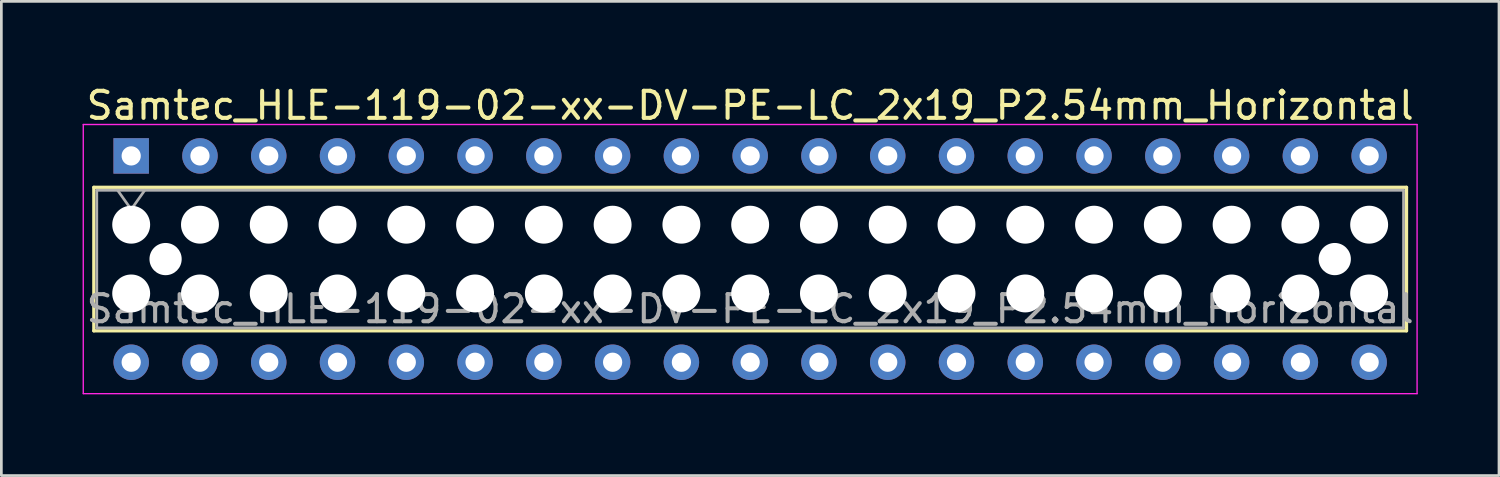
<source format=kicad_pcb>
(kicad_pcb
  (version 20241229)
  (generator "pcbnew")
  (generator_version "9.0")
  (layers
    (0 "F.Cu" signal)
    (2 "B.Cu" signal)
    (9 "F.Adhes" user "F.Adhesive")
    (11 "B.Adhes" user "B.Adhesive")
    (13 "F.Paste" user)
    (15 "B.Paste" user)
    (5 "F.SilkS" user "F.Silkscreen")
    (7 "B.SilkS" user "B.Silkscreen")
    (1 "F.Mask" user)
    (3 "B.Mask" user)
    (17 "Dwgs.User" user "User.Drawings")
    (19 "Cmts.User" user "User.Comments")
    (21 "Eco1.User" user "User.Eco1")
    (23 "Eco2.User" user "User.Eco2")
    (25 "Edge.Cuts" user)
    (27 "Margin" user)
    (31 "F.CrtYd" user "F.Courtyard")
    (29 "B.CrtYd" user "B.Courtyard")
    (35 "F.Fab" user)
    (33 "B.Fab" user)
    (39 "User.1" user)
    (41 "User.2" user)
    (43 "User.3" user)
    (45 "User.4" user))
  (footprint "Samtec_HLE-119-02-xx-DV-PE-LC_2x19_P2.54mm_Horizontal"
    (layer "F.Cu")
    (at 1.795 2.708)
    (property "Reference" "Samtec_HLE-119-02-xx-DV-PE-LC_2x19_P2.54mm_Horizontal" (at 22.86 -1.86 0) (layer "F.SilkS") (effects (font (size 1 1) (thickness 0.15))))
    (attr through_hole)
    (fp_line (start -1.38 1.16) (end 47.1 1.16) (stroke (width 0.12) (type solid)) (layer "F.SilkS"))
    (fp_line (start -1.38 6.46) (end -1.38 1.16) (stroke (width 0.12) (type solid)) (layer "F.SilkS"))
    (fp_line (start 47.1 1.16) (end 47.1 6.46) (stroke (width 0.12) (type solid)) (layer "F.SilkS"))
    (fp_line (start 47.1 6.46) (end -1.38 6.46) (stroke (width 0.12) (type solid)) (layer "F.SilkS"))
    (fp_line (start -1.77 -1.16) (end 47.49 -1.16) (stroke (width 0.05) (type solid)) (layer "F.CrtYd"))
    (fp_line (start -1.77 8.78) (end -1.77 -1.16) (stroke (width 0.05) (type solid)) (layer "F.CrtYd"))
    (fp_line (start 47.49 -1.16) (end 47.49 8.78) (stroke (width 0.05) (type solid)) (layer "F.CrtYd"))
    (fp_line (start 47.49 8.78) (end -1.77 8.78) (stroke (width 0.05) (type solid)) (layer "F.CrtYd"))
    (fp_line (start -1.27 1.27) (end 46.99 1.27) (stroke (width 0.1) (type solid)) (layer "F.Fab"))
    (fp_line (start -1.27 6.35) (end -1.27 1.27) (stroke (width 0.1) (type solid)) (layer "F.Fab"))
    (fp_line (start -0.5 1.27) (end 0 1.977) (stroke (width 0.1) (type solid)) (layer "F.Fab"))
    (fp_line (start 0 1.977) (end 0.5 1.27) (stroke (width 0.1) (type solid)) (layer "F.Fab"))
    (fp_line (start 46.99 1.27) (end 46.99 6.35) (stroke (width 0.1) (type solid)) (layer "F.Fab"))
    (fp_line (start 46.99 6.35) (end -1.27 6.35) (stroke (width 0.1) (type solid)) (layer "F.Fab"))
    (fp_text user "${REFERENCE}" (at 22.86 5.65 0) (layer "F.Fab") (effects (font (size 1 1) (thickness 0.15))))
    (pad "" np_thru_hole circle (at 0 2.54) (size 1.4 1.4) (drill 1.4) (layers "*.Cu" "*.Mask"))
    (pad "" np_thru_hole circle (at 0 5.08) (size 1.4 1.4) (drill 1.4) (layers "*.Cu" "*.Mask"))
    (pad "" np_thru_hole circle (at 1.27 3.81) (size 1.19 1.19) (drill 1.19) (layers "*.Cu" "*.Mask"))
    (pad "" np_thru_hole circle (at 2.54 2.54) (size 1.4 1.4) (drill 1.4) (layers "*.Cu" "*.Mask"))
    (pad "" np_thru_hole circle (at 2.54 5.08) (size 1.4 1.4) (drill 1.4) (layers "*.Cu" "*.Mask"))
    (pad "" np_thru_hole circle (at 5.08 2.54) (size 1.4 1.4) (drill 1.4) (layers "*.Cu" "*.Mask"))
    (pad "" np_thru_hole circle (at 5.08 5.08) (size 1.4 1.4) (drill 1.4) (layers "*.Cu" "*.Mask"))
    (pad "" np_thru_hole circle (at 7.62 2.54) (size 1.4 1.4) (drill 1.4) (layers "*.Cu" "*.Mask"))
    (pad "" np_thru_hole circle (at 7.62 5.08) (size 1.4 1.4) (drill 1.4) (layers "*.Cu" "*.Mask"))
    (pad "" np_thru_hole circle (at 10.16 2.54) (size 1.4 1.4) (drill 1.4) (layers "*.Cu" "*.Mask"))
    (pad "" np_thru_hole circle (at 10.16 5.08) (size 1.4 1.4) (drill 1.4) (layers "*.Cu" "*.Mask"))
    (pad "" np_thru_hole circle (at 12.7 2.54) (size 1.4 1.4) (drill 1.4) (layers "*.Cu" "*.Mask"))
    (pad "" np_thru_hole circle (at 12.7 5.08) (size 1.4 1.4) (drill 1.4) (layers "*.Cu" "*.Mask"))
    (pad "" np_thru_hole circle (at 15.24 2.54) (size 1.4 1.4) (drill 1.4) (layers "*.Cu" "*.Mask"))
    (pad "" np_thru_hole circle (at 15.24 5.08) (size 1.4 1.4) (drill 1.4) (layers "*.Cu" "*.Mask"))
    (pad "" np_thru_hole circle (at 17.78 2.54) (size 1.4 1.4) (drill 1.4) (layers "*.Cu" "*.Mask"))
    (pad "" np_thru_hole circle (at 17.78 5.08) (size 1.4 1.4) (drill 1.4) (layers "*.Cu" "*.Mask"))
    (pad "" np_thru_hole circle (at 20.32 2.54) (size 1.4 1.4) (drill 1.4) (layers "*.Cu" "*.Mask"))
    (pad "" np_thru_hole circle (at 20.32 5.08) (size 1.4 1.4) (drill 1.4) (layers "*.Cu" "*.Mask"))
    (pad "" np_thru_hole circle (at 22.86 2.54) (size 1.4 1.4) (drill 1.4) (layers "*.Cu" "*.Mask"))
    (pad "" np_thru_hole circle (at 22.86 5.08) (size 1.4 1.4) (drill 1.4) (layers "*.Cu" "*.Mask"))
    (pad "" np_thru_hole circle (at 25.4 2.54) (size 1.4 1.4) (drill 1.4) (layers "*.Cu" "*.Mask"))
    (pad "" np_thru_hole circle (at 25.4 5.08) (size 1.4 1.4) (drill 1.4) (layers "*.Cu" "*.Mask"))
    (pad "" np_thru_hole circle (at 27.94 2.54) (size 1.4 1.4) (drill 1.4) (layers "*.Cu" "*.Mask"))
    (pad "" np_thru_hole circle (at 27.94 5.08) (size 1.4 1.4) (drill 1.4) (layers "*.Cu" "*.Mask"))
    (pad "" np_thru_hole circle (at 30.48 2.54) (size 1.4 1.4) (drill 1.4) (layers "*.Cu" "*.Mask"))
    (pad "" np_thru_hole circle (at 30.48 5.08) (size 1.4 1.4) (drill 1.4) (layers "*.Cu" "*.Mask"))
    (pad "" np_thru_hole circle (at 33.02 2.54) (size 1.4 1.4) (drill 1.4) (layers "*.Cu" "*.Mask"))
    (pad "" np_thru_hole circle (at 33.02 5.08) (size 1.4 1.4) (drill 1.4) (layers "*.Cu" "*.Mask"))
    (pad "" np_thru_hole circle (at 35.56 2.54) (size 1.4 1.4) (drill 1.4) (layers "*.Cu" "*.Mask"))
    (pad "" np_thru_hole circle (at 35.56 5.08) (size 1.4 1.4) (drill 1.4) (layers "*.Cu" "*.Mask"))
    (pad "" np_thru_hole circle (at 38.1 2.54) (size 1.4 1.4) (drill 1.4) (layers "*.Cu" "*.Mask"))
    (pad "" np_thru_hole circle (at 38.1 5.08) (size 1.4 1.4) (drill 1.4) (layers "*.Cu" "*.Mask"))
    (pad "" np_thru_hole circle (at 40.64 2.54) (size 1.4 1.4) (drill 1.4) (layers "*.Cu" "*.Mask"))
    (pad "" np_thru_hole circle (at 40.64 5.08) (size 1.4 1.4) (drill 1.4) (layers "*.Cu" "*.Mask"))
    (pad "" np_thru_hole circle (at 43.18 2.54) (size 1.4 1.4) (drill 1.4) (layers "*.Cu" "*.Mask"))
    (pad "" np_thru_hole circle (at 43.18 5.08) (size 1.4 1.4) (drill 1.4) (layers "*.Cu" "*.Mask"))
    (pad "" np_thru_hole circle (at 44.45 3.81) (size 1.19 1.19) (drill 1.19) (layers "*.Cu" "*.Mask"))
    (pad "" np_thru_hole circle (at 45.72 2.54) (size 1.4 1.4) (drill 1.4) (layers "*.Cu" "*.Mask"))
    (pad "" np_thru_hole circle (at 45.72 5.08) (size 1.4 1.4) (drill 1.4) (layers "*.Cu" "*.Mask"))
    (pad "1" thru_hole rect (at 0 0) (size 1.31 1.31) (drill 0.71) (layers "*.Cu" "*.Mask"))
    (pad "2" thru_hole circle (at 0 7.62) (size 1.31 1.31) (drill 0.71) (layers "*.Cu" "*.Mask"))
    (pad "3" thru_hole circle (at 2.54 0) (size 1.31 1.31) (drill 0.71) (layers "*.Cu" "*.Mask"))
    (pad "4" thru_hole circle (at 2.54 7.62) (size 1.31 1.31) (drill 0.71) (layers "*.Cu" "*.Mask"))
    (pad "5" thru_hole circle (at 5.08 0) (size 1.31 1.31) (drill 0.71) (layers "*.Cu" "*.Mask"))
    (pad "6" thru_hole circle (at 5.08 7.62) (size 1.31 1.31) (drill 0.71) (layers "*.Cu" "*.Mask"))
    (pad "7" thru_hole circle (at 7.62 0) (size 1.31 1.31) (drill 0.71) (layers "*.Cu" "*.Mask"))
    (pad "8" thru_hole circle (at 7.62 7.62) (size 1.31 1.31) (drill 0.71) (layers "*.Cu" "*.Mask"))
    (pad "9" thru_hole circle (at 10.16 0) (size 1.31 1.31) (drill 0.71) (layers "*.Cu" "*.Mask"))
    (pad "10" thru_hole circle (at 10.16 7.62) (size 1.31 1.31) (drill 0.71) (layers "*.Cu" "*.Mask"))
    (pad "11" thru_hole circle (at 12.7 0) (size 1.31 1.31) (drill 0.71) (layers "*.Cu" "*.Mask"))
    (pad "12" thru_hole circle (at 12.7 7.62) (size 1.31 1.31) (drill 0.71) (layers "*.Cu" "*.Mask"))
    (pad "13" thru_hole circle (at 15.24 0) (size 1.31 1.31) (drill 0.71) (layers "*.Cu" "*.Mask"))
    (pad "14" thru_hole circle (at 15.24 7.62) (size 1.31 1.31) (drill 0.71) (layers "*.Cu" "*.Mask"))
    (pad "15" thru_hole circle (at 17.78 0) (size 1.31 1.31) (drill 0.71) (layers "*.Cu" "*.Mask"))
    (pad "16" thru_hole circle (at 17.78 7.62) (size 1.31 1.31) (drill 0.71) (layers "*.Cu" "*.Mask"))
    (pad "17" thru_hole circle (at 20.32 0) (size 1.31 1.31) (drill 0.71) (layers "*.Cu" "*.Mask"))
    (pad "18" thru_hole circle (at 20.32 7.62) (size 1.31 1.31) (drill 0.71) (layers "*.Cu" "*.Mask"))
    (pad "19" thru_hole circle (at 22.86 0) (size 1.31 1.31) (drill 0.71) (layers "*.Cu" "*.Mask"))
    (pad "20" thru_hole circle (at 22.86 7.62) (size 1.31 1.31) (drill 0.71) (layers "*.Cu" "*.Mask"))
    (pad "21" thru_hole circle (at 25.4 0) (size 1.31 1.31) (drill 0.71) (layers "*.Cu" "*.Mask"))
    (pad "22" thru_hole circle (at 25.4 7.62) (size 1.31 1.31) (drill 0.71) (layers "*.Cu" "*.Mask"))
    (pad "23" thru_hole circle (at 27.94 0) (size 1.31 1.31) (drill 0.71) (layers "*.Cu" "*.Mask"))
    (pad "24" thru_hole circle (at 27.94 7.62) (size 1.31 1.31) (drill 0.71) (layers "*.Cu" "*.Mask"))
    (pad "25" thru_hole circle (at 30.48 0) (size 1.31 1.31) (drill 0.71) (layers "*.Cu" "*.Mask"))
    (pad "26" thru_hole circle (at 30.48 7.62) (size 1.31 1.31) (drill 0.71) (layers "*.Cu" "*.Mask"))
    (pad "27" thru_hole circle (at 33.02 0) (size 1.31 1.31) (drill 0.71) (layers "*.Cu" "*.Mask"))
    (pad "28" thru_hole circle (at 33.02 7.62) (size 1.31 1.31) (drill 0.71) (layers "*.Cu" "*.Mask"))
    (pad "29" thru_hole circle (at 35.56 0) (size 1.31 1.31) (drill 0.71) (layers "*.Cu" "*.Mask"))
    (pad "30" thru_hole circle (at 35.56 7.62) (size 1.31 1.31) (drill 0.71) (layers "*.Cu" "*.Mask"))
    (pad "31" thru_hole circle (at 38.1 0) (size 1.31 1.31) (drill 0.71) (layers "*.Cu" "*.Mask"))
    (pad "32" thru_hole circle (at 38.1 7.62) (size 1.31 1.31) (drill 0.71) (layers "*.Cu" "*.Mask"))
    (pad "33" thru_hole circle (at 40.64 0) (size 1.31 1.31) (drill 0.71) (layers "*.Cu" "*.Mask"))
    (pad "34" thru_hole circle (at 40.64 7.62) (size 1.31 1.31) (drill 0.71) (layers "*.Cu" "*.Mask"))
    (pad "35" thru_hole circle (at 43.18 0) (size 1.31 1.31) (drill 0.71) (layers "*.Cu" "*.Mask"))
    (pad "36" thru_hole circle (at 43.18 7.62) (size 1.31 1.31) (drill 0.71) (layers "*.Cu" "*.Mask"))
    (pad "37" thru_hole circle (at 45.72 0) (size 1.31 1.31) (drill 0.71) (layers "*.Cu" "*.Mask"))
    (pad "38" thru_hole circle (at 45.72 7.62) (size 1.31 1.31) (drill 0.71) (layers "*.Cu" "*.Mask")))
  (gr_rect
    (start -3 -3)
    (end 52.31 14.513)
    (stroke (width 0.1) (type default))
    (fill no)
    (layer "Edge.Cuts")))
</source>
